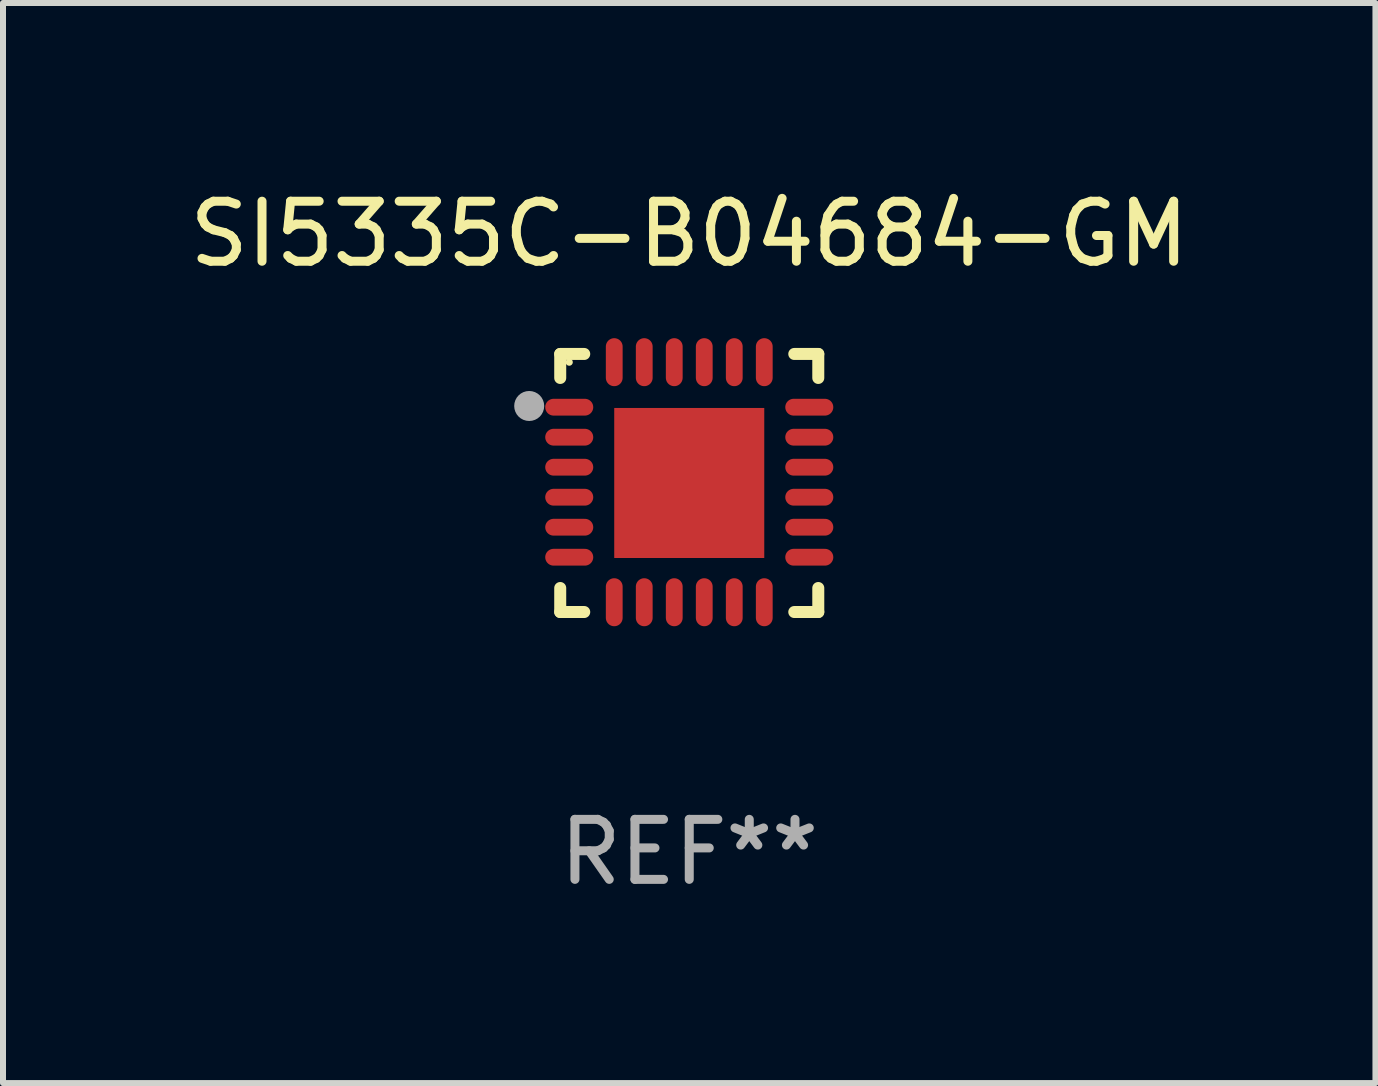
<source format=kicad_pcb>
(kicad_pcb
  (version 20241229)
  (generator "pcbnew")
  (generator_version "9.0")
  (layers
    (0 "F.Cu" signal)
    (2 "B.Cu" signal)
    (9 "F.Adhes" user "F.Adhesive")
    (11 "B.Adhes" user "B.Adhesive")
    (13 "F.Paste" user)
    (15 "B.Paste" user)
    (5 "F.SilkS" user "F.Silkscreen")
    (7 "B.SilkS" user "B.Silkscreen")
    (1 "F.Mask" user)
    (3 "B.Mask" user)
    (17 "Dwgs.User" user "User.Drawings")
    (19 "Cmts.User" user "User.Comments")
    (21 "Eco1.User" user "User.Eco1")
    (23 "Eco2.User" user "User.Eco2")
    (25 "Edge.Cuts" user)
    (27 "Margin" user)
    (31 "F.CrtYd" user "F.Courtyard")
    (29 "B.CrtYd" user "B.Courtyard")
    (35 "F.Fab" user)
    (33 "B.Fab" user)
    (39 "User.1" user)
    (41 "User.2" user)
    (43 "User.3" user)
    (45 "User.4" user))
  (footprint "SI5335C-B04684-GM"
    (layer "F.Cu")
    (at 8.435 4.998)
    (property "Reference" "SI5335C-B04684-GM" (at 0 -4.15 0) (layer "F.SilkS") (effects (font (size 1 1) (thickness 0.15))))
    (attr through_hole)
    (fp_line (start -2.15 -2.15) (end -1.75 -2.15) (stroke (width 0.2) (type solid)) (layer "F.SilkS"))
    (fp_line (start -2.15 -1.75) (end -2.15 -2.15) (stroke (width 0.2) (type solid)) (layer "F.SilkS"))
    (fp_line (start -2.15 2.15) (end -2.15 1.75) (stroke (width 0.2) (type solid)) (layer "F.SilkS"))
    (fp_line (start -1.75 2.15) (end -2.15 2.15) (stroke (width 0.2) (type solid)) (layer "F.SilkS"))
    (fp_line (start 1.75 -2.15) (end 2.15 -2.15) (stroke (width 0.2) (type solid)) (layer "F.SilkS"))
    (fp_line (start 1.75 2.15) (end 2.15 2.15) (stroke (width 0.2) (type solid)) (layer "F.SilkS"))
    (fp_line (start 2.15 -2.15) (end 2.15 -1.75) (stroke (width 0.2) (type solid)) (layer "F.SilkS"))
    (fp_line (start 2.15 2.15) (end 2.15 1.75) (stroke (width 0.2) (type solid)) (layer "F.SilkS"))
    (fp_circle (center -2 -2.013) (end -1.97 -2.013) (stroke (width 0.06) (type solid)) (fill no) (layer "F.SilkS"))
    (fp_circle (center -2.667 -1.283) (end -2.542 -1.283) (stroke (width 0.25) (type solid)) (fill no) (layer "F.Fab"))
    (fp_text user "REF**" (at 0 6.15 0) (layer "F.Fab") (effects (font (size 1 1) (thickness 0.15))))
    (pad "1" smd oval (at -2 -1.263) (size 0.8 0.28) (layers "F.Cu" "F.Mask" "F.Paste"))
    (pad "2" smd oval (at -2 -0.763) (size 0.8 0.28) (layers "F.Cu" "F.Mask" "F.Paste"))
    (pad "3" smd oval (at -2 -0.263) (size 0.8 0.28) (layers "F.Cu" "F.Mask" "F.Paste"))
    (pad "4" smd oval (at -2 0.237) (size 0.8 0.28) (layers "F.Cu" "F.Mask" "F.Paste"))
    (pad "5" smd oval (at -2 0.737) (size 0.8 0.28) (layers "F.Cu" "F.Mask" "F.Paste"))
    (pad "6" smd oval (at -2 1.237) (size 0.8 0.28) (layers "F.Cu" "F.Mask" "F.Paste"))
    (pad "7" smd oval (at -1.25 1.987) (size 0.28 0.8) (layers "F.Cu" "F.Mask" "F.Paste"))
    (pad "8" smd oval (at -0.75 1.987) (size 0.28 0.8) (layers "F.Cu" "F.Mask" "F.Paste"))
    (pad "9" smd oval (at -0.25 1.987) (size 0.28 0.8) (layers "F.Cu" "F.Mask" "F.Paste"))
    (pad "10" smd oval (at 0.25 1.987) (size 0.28 0.8) (layers "F.Cu" "F.Mask" "F.Paste"))
    (pad "11" smd oval (at 0.75 1.987) (size 0.28 0.8) (layers "F.Cu" "F.Mask" "F.Paste"))
    (pad "12" smd oval (at 1.25 1.987) (size 0.28 0.8) (layers "F.Cu" "F.Mask" "F.Paste"))
    (pad "13" smd oval (at 2 1.237) (size 0.8 0.28) (layers "F.Cu" "F.Mask" "F.Paste"))
    (pad "14" smd oval (at 2 0.737) (size 0.8 0.28) (layers "F.Cu" "F.Mask" "F.Paste"))
    (pad "15" smd oval (at 2 0.237) (size 0.8 0.28) (layers "F.Cu" "F.Mask" "F.Paste"))
    (pad "16" smd oval (at 2 -0.263) (size 0.8 0.28) (layers "F.Cu" "F.Mask" "F.Paste"))
    (pad "17" smd oval (at 2 -0.763) (size 0.8 0.28) (layers "F.Cu" "F.Mask" "F.Paste"))
    (pad "18" smd oval (at 2 -1.263) (size 0.8 0.28) (layers "F.Cu" "F.Mask" "F.Paste"))
    (pad "19" smd oval (at 1.25 -2.013) (size 0.28 0.8) (layers "F.Cu" "F.Mask" "F.Paste"))
    (pad "20" smd oval (at 0.75 -2.013) (size 0.28 0.8) (layers "F.Cu" "F.Mask" "F.Paste"))
    (pad "21" smd oval (at 0.25 -2.013) (size 0.28 0.8) (layers "F.Cu" "F.Mask" "F.Paste"))
    (pad "22" smd oval (at -0.25 -2.013) (size 0.28 0.8) (layers "F.Cu" "F.Mask" "F.Paste"))
    (pad "23" smd oval (at -0.75 -2.013) (size 0.28 0.8) (layers "F.Cu" "F.Mask" "F.Paste"))
    (pad "24" smd oval (at -1.25 -2.013) (size 0.28 0.8) (layers "F.Cu" "F.Mask" "F.Paste"))
    (pad "25" smd rect (at -0.000127 -0.00014) (size 2.5 2.5) (layers "F.Cu" "F.Mask" "F.Paste")))
  (gr_rect
    (start -3 -3)
    (end 19.869 14.997)
    (stroke (width 0.1) (type default))
    (fill no)
    (layer "Edge.Cuts")))
</source>
